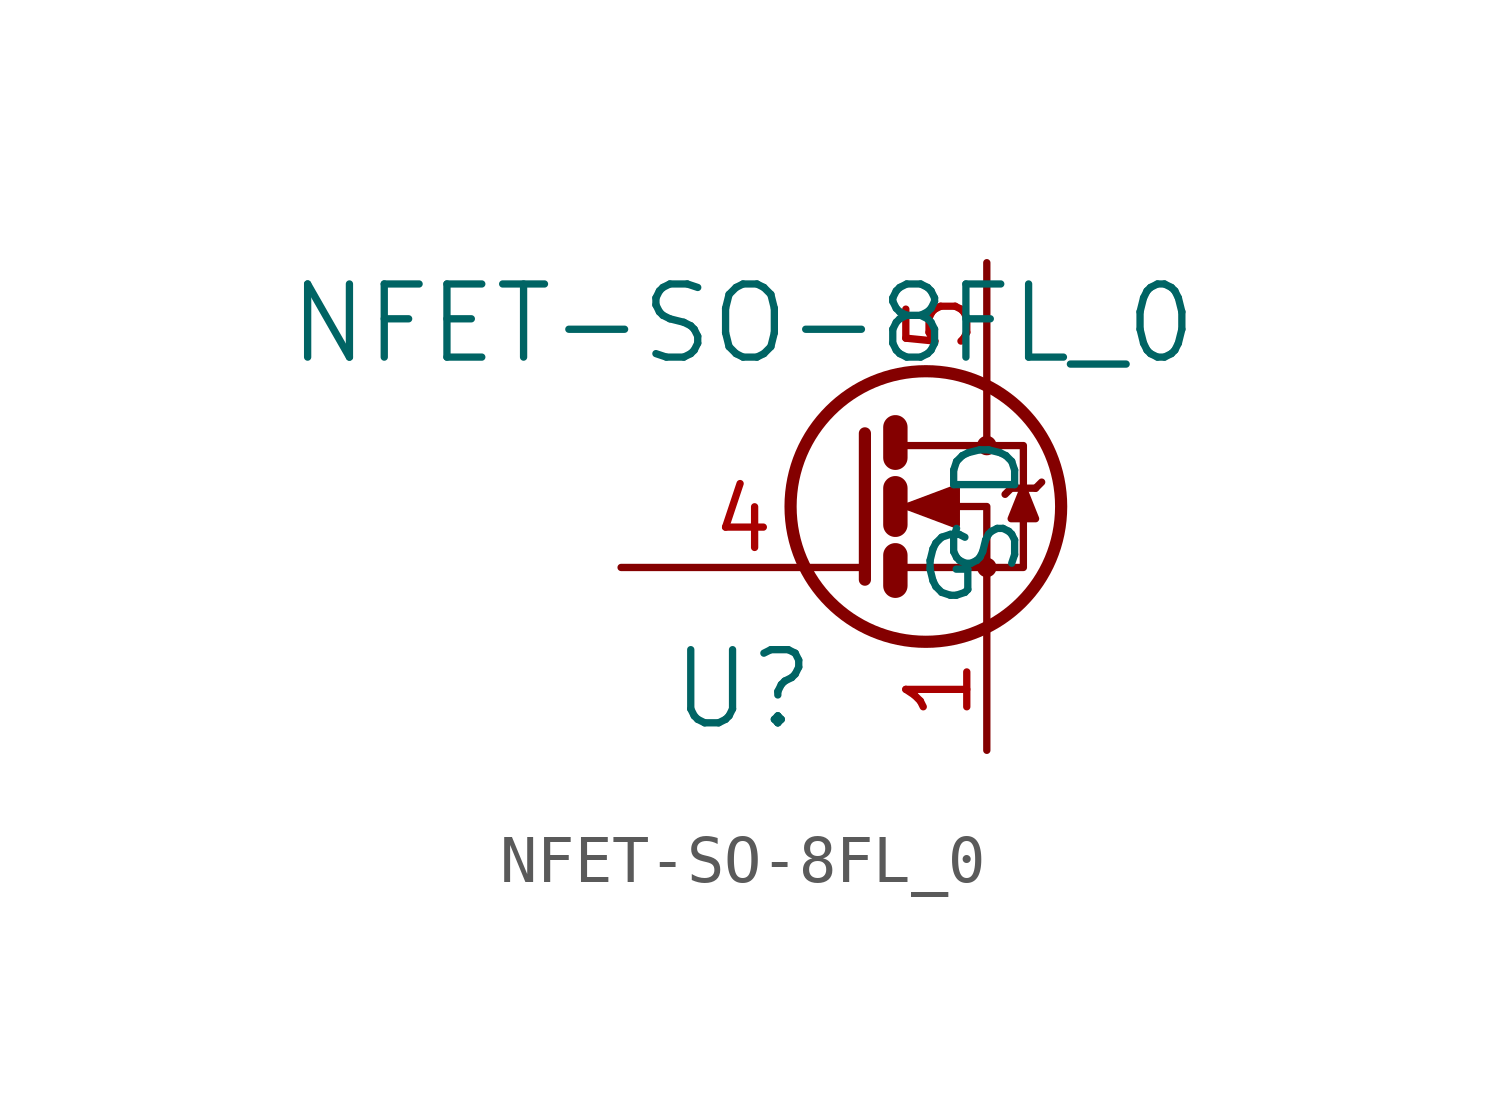
<source format=kicad_sym>
(kicad_symbol_lib
  (version 20211014)
  (generator kicad_symbol_editor)
  (symbol "NFET-SO-8FL_0"
    (pin_names
      (offset 1.016))
    (property "Reference" "U"
      (at -3.81 -3.81 0)
      (effects (font (size 1.524 1.524))))
    (property "Value" "NFET-SO-8FL_0"
      (at -3.81 3.81 0)
      (effects (font (size 1.524 1.524))))
    (symbol "NFET-SO-8FL_0_1_1"
      (polyline (pts (xy -0.635 -1.016) (xy -0.635 -1.651)) (stroke (width 0.508) (type default) (color 0 0 0 0)) (fill (type none)))
      (polyline (pts (xy -0.635 0.381) (xy -0.635 -0.381)) (stroke (width 0.508) (type default) (color 0 0 0 0)) (fill (type none)))
      (polyline (pts (xy -0.635 1.651) (xy -0.635 1.016)) (stroke (width 0.508) (type default) (color 0 0 0 0)) (fill (type none)))
      (polyline (pts (xy 1.778 0.381) (xy 1.651 0.254)) (stroke (width 0) (type default) (color 0 0 0 0)) (fill (type none)))
      (polyline (pts (xy 1.778 0.381) (xy 2.286 0.381)) (stroke (width 0) (type default) (color 0 0 0 0)) (fill (type none)))
      (polyline (pts (xy 2.286 0.381) (xy 2.413 0.508)) (stroke (width 0) (type default) (color 0 0 0 0)) (fill (type none)))
      (polyline (pts (xy -1.27 1.524) (xy -1.27 -1.524) (xy -1.27 -1.524)) (stroke (width 0.254) (type default) (color 0 0 0 0)) (fill (type none)))
      (polyline (pts (xy -0.508 -1.27) (xy 1.27 -1.27) (xy 1.27 -2.54) (xy 1.27 -2.54)) (stroke (width 0) (type default) (color 0 0 0 0)) (fill (type none)))
      (polyline (pts (xy -0.508 1.27) (xy 1.27 1.27) (xy 1.27 2.54) (xy 1.27 2.54)) (stroke (width 0) (type default) (color 0 0 0 0)) (fill (type none)))
      (polyline (pts (xy 1.27 1.27) (xy 2.032 1.27) (xy 2.032 -1.27) (xy 1.27 -1.27)) (stroke (width 0) (type default) (color 0 0 0 0)) (fill (type none)))
      (polyline (pts (xy 2.032 0.381) (xy 1.778 -0.254) (xy 2.286 -0.254) (xy 2.032 0.381)) (stroke (width 0) (type default) (color 0 0 0 0)) (fill (type outline)))
      (polyline (pts (xy -0.508 0) (xy 0 0) (xy 1.27 0) (xy 1.27 -1.27) (xy 1.27 -1.27)) (stroke (width 0) (type default) (color 0 0 0 0)) (fill (type none)))
      (polyline (pts (xy -0.381 0) (xy 0.635 0.381) (xy 0.635 -0.381) (xy -0.381 0) (xy -0.254 0) (xy -0.254 0)) (stroke (width 0) (type default) (color 0 0 0 0)) (fill (type outline)))
      (circle (center 0 0) (radius 2.819) (stroke (width 0.254) (type default) (color 0 0 0 0)) (fill (type none)))
      (circle (center 1.27 -1.27) (radius 0.127) (stroke (width 0) (type default) (color 0 0 0 0)) (fill (type none)))
      (circle (center 1.27 1.27) (radius 0.127) (stroke (width 0) (type default) (color 0 0 0 0)) (fill (type none)))
      (pin passive line (at 1.27 -5.08 90) (length 2.54) (name "S" (effects (font (size 1.27 1.27)))) (number "1" (effects (font (size 1.27 1.27)))))
      (pin passive line (at 1.27 -5.08 90) (length 2.54) hide (name "S" (effects (font (size 1.27 1.27)))) (number "2" (effects (font (size 1.27 1.27)))))
      (pin passive line (at 1.27 -5.08 90) (length 2.54) hide (name "S" (effects (font (size 1.27 1.27)))) (number "3" (effects (font (size 1.27 1.27)))))
      (pin input line (at -6.35 -1.27 0) (length 5.08) (name "G" (effects (font (size 1.27 1.27)))) (number "4" (effects (font (size 1.27 1.27)))))
      (pin passive line (at 1.27 5.08 270) (length 2.54) (name "D" (effects (font (size 1.27 1.27)))) (number "5" (effects (font (size 1.27 1.27))))))))
</source>
